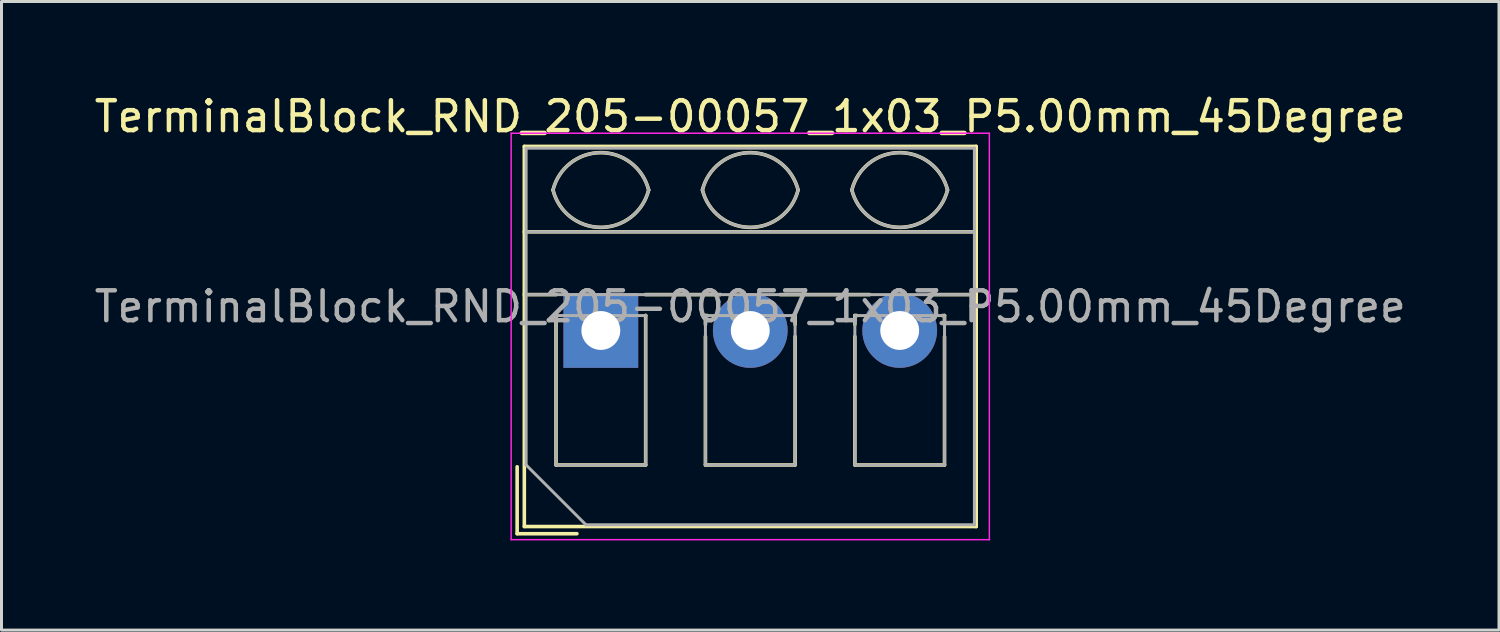
<source format=kicad_pcb>
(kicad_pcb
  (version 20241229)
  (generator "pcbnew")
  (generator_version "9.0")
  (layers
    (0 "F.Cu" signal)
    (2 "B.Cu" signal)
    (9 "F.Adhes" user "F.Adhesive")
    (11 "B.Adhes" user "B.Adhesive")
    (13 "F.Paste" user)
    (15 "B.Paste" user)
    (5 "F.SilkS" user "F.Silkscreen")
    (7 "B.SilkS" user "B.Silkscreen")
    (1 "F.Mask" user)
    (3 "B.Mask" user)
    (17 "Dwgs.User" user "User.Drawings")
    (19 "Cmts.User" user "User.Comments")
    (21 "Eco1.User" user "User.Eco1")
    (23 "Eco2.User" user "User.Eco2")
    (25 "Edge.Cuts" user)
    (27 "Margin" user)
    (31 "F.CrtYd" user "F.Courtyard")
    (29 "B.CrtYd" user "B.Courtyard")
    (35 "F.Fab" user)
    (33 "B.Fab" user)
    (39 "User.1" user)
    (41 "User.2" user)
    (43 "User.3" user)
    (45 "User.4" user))
  (footprint "TerminalBlock_RND_205-00057_1x03_P5.00mm_45Degree"
    (layer "F.Cu")
    (at 17.054 8.008)
    (property "Reference" "TerminalBlock_RND_205-00057_1x03_P5.00mm_45Degree" (at 5 -7.16 0) (layer "F.SilkS") (effects (font (size 1 1) (thickness 0.15))))
    (attr through_hole)
    (fp_line (start -2.8 4.56) (end -2.8 6.8) (stroke (width 0.12) (type solid)) (layer "F.SilkS"))
    (fp_line (start -2.8 6.8) (end -0.8 6.8) (stroke (width 0.12) (type solid)) (layer "F.SilkS"))
    (fp_line (start -2.56 -6.16) (end -2.56 6.56) (stroke (width 0.12) (type solid)) (layer "F.SilkS"))
    (fp_line (start -2.56 -6.16) (end 12.56 -6.16) (stroke (width 0.12) (type solid)) (layer "F.SilkS"))
    (fp_line (start -2.56 -3.301) (end 12.56 -3.301) (stroke (width 0.12) (type solid)) (layer "F.SilkS"))
    (fp_line (start -2.56 -1.201) (end -1.49 -1.201) (stroke (width 0.12) (type solid)) (layer "F.SilkS"))
    (fp_line (start -2.56 6.56) (end 12.56 6.56) (stroke (width 0.12) (type solid)) (layer "F.SilkS"))
    (fp_line (start -1.5 -0.5) (end -1.5 4.5) (stroke (width 0.12) (type solid)) (layer "F.SilkS"))
    (fp_line (start -1.5 -0.5) (end -1.49 -0.5) (stroke (width 0.12) (type solid)) (layer "F.SilkS"))
    (fp_line (start -1.5 4.5) (end 1.5 4.5) (stroke (width 0.12) (type solid)) (layer "F.SilkS"))
    (fp_line (start 1.49 -1.201) (end 4 -1.201) (stroke (width 0.12) (type solid)) (layer "F.SilkS"))
    (fp_line (start 1.49 -0.5) (end 1.5 -0.5) (stroke (width 0.12) (type solid)) (layer "F.SilkS"))
    (fp_line (start 1.5 -0.5) (end 1.5 4.5) (stroke (width 0.12) (type solid)) (layer "F.SilkS"))
    (fp_line (start 3.5 -0.5) (end 3.5 -0.202) (stroke (width 0.12) (type solid)) (layer "F.SilkS"))
    (fp_line (start 3.5 -0.5) (end 3.57 -0.5) (stroke (width 0.12) (type solid)) (layer "F.SilkS"))
    (fp_line (start 3.5 0.202) (end 3.5 4.5) (stroke (width 0.12) (type solid)) (layer "F.SilkS"))
    (fp_line (start 3.5 4.5) (end 6.5 4.5) (stroke (width 0.12) (type solid)) (layer "F.SilkS"))
    (fp_line (start 6.001 -1.201) (end 9 -1.201) (stroke (width 0.12) (type solid)) (layer "F.SilkS"))
    (fp_line (start 6.431 -0.5) (end 6.5 -0.5) (stroke (width 0.12) (type solid)) (layer "F.SilkS"))
    (fp_line (start 6.5 -0.5) (end 6.5 -0.202) (stroke (width 0.12) (type solid)) (layer "F.SilkS"))
    (fp_line (start 6.5 0.202) (end 6.5 4.5) (stroke (width 0.12) (type solid)) (layer "F.SilkS"))
    (fp_line (start 8.5 -0.5) (end 8.5 -0.202) (stroke (width 0.12) (type solid)) (layer "F.SilkS"))
    (fp_line (start 8.5 -0.5) (end 8.57 -0.5) (stroke (width 0.12) (type solid)) (layer "F.SilkS"))
    (fp_line (start 8.5 0.202) (end 8.5 4.5) (stroke (width 0.12) (type solid)) (layer "F.SilkS"))
    (fp_line (start 8.5 4.5) (end 11.5 4.5) (stroke (width 0.12) (type solid)) (layer "F.SilkS"))
    (fp_line (start 11.001 -1.201) (end 12.56 -1.201) (stroke (width 0.12) (type solid)) (layer "F.SilkS"))
    (fp_line (start 11.431 -0.5) (end 11.5 -0.5) (stroke (width 0.12) (type solid)) (layer "F.SilkS"))
    (fp_line (start 11.5 -0.5) (end 11.5 -0.202) (stroke (width 0.12) (type solid)) (layer "F.SilkS"))
    (fp_line (start 11.5 0.202) (end 11.5 4.5) (stroke (width 0.12) (type solid)) (layer "F.SilkS"))
    (fp_line (start 12.56 -6.16) (end 12.56 6.56) (stroke (width 0.12) (type solid)) (layer "F.SilkS"))
    (fp_arc (start -1.600914 -4.700344) (mid 0.000177 -5.95097) (end 1.601 -4.7) (stroke (width 0.12) (type solid)) (layer "F.SilkS"))
    (fp_arc (start 1.6 -4.7) (mid -0.000064 -3.45) (end -1.600031 -4.700125) (stroke (width 0.12) (type solid)) (layer "F.SilkS"))
    (fp_arc (start 3.399086 -4.700344) (mid 5.000177 -5.95097) (end 6.601 -4.7) (stroke (width 0.12) (type solid)) (layer "F.SilkS"))
    (fp_arc (start 6.6 -4.7) (mid 4.999936 -3.45) (end 3.399969 -4.700125) (stroke (width 0.12) (type solid)) (layer "F.SilkS"))
    (fp_arc (start 8.399086 -4.700344) (mid 10.000177 -5.95097) (end 11.601 -4.7) (stroke (width 0.12) (type solid)) (layer "F.SilkS"))
    (fp_arc (start 11.6 -4.7) (mid 9.999936 -3.45) (end 8.399969 -4.700125) (stroke (width 0.12) (type solid)) (layer "F.SilkS"))
    (fp_line (start -3 -6.6) (end -3 7) (stroke (width 0.05) (type solid)) (layer "F.CrtYd"))
    (fp_line (start -3 7) (end 13 7) (stroke (width 0.05) (type solid)) (layer "F.CrtYd"))
    (fp_line (start 13 -6.6) (end -3 -6.6) (stroke (width 0.05) (type solid)) (layer "F.CrtYd"))
    (fp_line (start 13 7) (end 13 -6.6) (stroke (width 0.05) (type solid)) (layer "F.CrtYd"))
    (fp_line (start -2.5 -6.1) (end 12.5 -6.1) (stroke (width 0.1) (type solid)) (layer "F.Fab"))
    (fp_line (start -2.5 -3.3) (end 12.5 -3.3) (stroke (width 0.1) (type solid)) (layer "F.Fab"))
    (fp_line (start -2.5 -1.2) (end 12.5 -1.2) (stroke (width 0.1) (type solid)) (layer "F.Fab"))
    (fp_line (start -2.5 4.5) (end -2.5 -6.1) (stroke (width 0.1) (type solid)) (layer "F.Fab"))
    (fp_line (start -1.5 -0.5) (end -1.5 4.5) (stroke (width 0.1) (type solid)) (layer "F.Fab"))
    (fp_line (start -1.5 4.5) (end 1.5 4.5) (stroke (width 0.1) (type solid)) (layer "F.Fab"))
    (fp_line (start -0.5 6.5) (end -2.5 4.5) (stroke (width 0.1) (type solid)) (layer "F.Fab"))
    (fp_line (start 1.5 -0.5) (end -1.5 -0.5) (stroke (width 0.1) (type solid)) (layer "F.Fab"))
    (fp_line (start 1.5 4.5) (end 1.5 -0.5) (stroke (width 0.1) (type solid)) (layer "F.Fab"))
    (fp_line (start 3.5 -0.5) (end 3.5 4.5) (stroke (width 0.1) (type solid)) (layer "F.Fab"))
    (fp_line (start 3.5 4.5) (end 6.5 4.5) (stroke (width 0.1) (type solid)) (layer "F.Fab"))
    (fp_line (start 6.5 -0.5) (end 3.5 -0.5) (stroke (width 0.1) (type solid)) (layer "F.Fab"))
    (fp_line (start 6.5 4.5) (end 6.5 -0.5) (stroke (width 0.1) (type solid)) (layer "F.Fab"))
    (fp_line (start 8.5 -0.5) (end 8.5 4.5) (stroke (width 0.1) (type solid)) (layer "F.Fab"))
    (fp_line (start 8.5 4.5) (end 11.5 4.5) (stroke (width 0.1) (type solid)) (layer "F.Fab"))
    (fp_line (start 11.5 -0.5) (end 8.5 -0.5) (stroke (width 0.1) (type solid)) (layer "F.Fab"))
    (fp_line (start 11.5 4.5) (end 11.5 -0.5) (stroke (width 0.1) (type solid)) (layer "F.Fab"))
    (fp_line (start 12.5 -6.1) (end 12.5 6.5) (stroke (width 0.1) (type solid)) (layer "F.Fab"))
    (fp_line (start 12.5 6.5) (end -0.5 6.5) (stroke (width 0.1) (type solid)) (layer "F.Fab"))
    (fp_arc (start -1.600914 -4.700344) (mid 0.000177 -5.95097) (end 1.601 -4.7) (stroke (width 0.1) (type solid)) (layer "F.Fab"))
    (fp_arc (start 1.6 -4.7) (mid -0.000064 -3.45) (end -1.600031 -4.700125) (stroke (width 0.1) (type solid)) (layer "F.Fab"))
    (fp_arc (start 3.399086 -4.700344) (mid 5.000177 -5.95097) (end 6.601 -4.7) (stroke (width 0.1) (type solid)) (layer "F.Fab"))
    (fp_arc (start 6.6 -4.7) (mid 4.999936 -3.45) (end 3.399969 -4.700125) (stroke (width 0.1) (type solid)) (layer "F.Fab"))
    (fp_arc (start 8.399086 -4.700344) (mid 10.000177 -5.95097) (end 11.601 -4.7) (stroke (width 0.1) (type solid)) (layer "F.Fab"))
    (fp_arc (start 11.6 -4.7) (mid 9.999936 -3.45) (end 8.399969 -4.700125) (stroke (width 0.1) (type solid)) (layer "F.Fab"))
    (fp_text user "${REFERENCE}" (at 5 -0.8 0) (layer "F.Fab") (effects (font (size 1 1) (thickness 0.15))))
    (pad "1" thru_hole rect (at 0 0) (size 2.5 2.5) (drill 1.3) (layers "*.Cu" "*.Mask"))
    (pad "2" thru_hole circle (at 5 0) (size 2.5 2.5) (drill 1.3) (layers "*.Cu" "*.Mask"))
    (pad "3" thru_hole circle (at 10 0) (size 2.5 2.5) (drill 1.3) (layers "*.Cu" "*.Mask")))
  (gr_rect
    (start -3 -3)
    (end 47.107 18.033)
    (stroke (width 0.1) (type default))
    (fill no)
    (layer "Edge.Cuts")))
</source>
